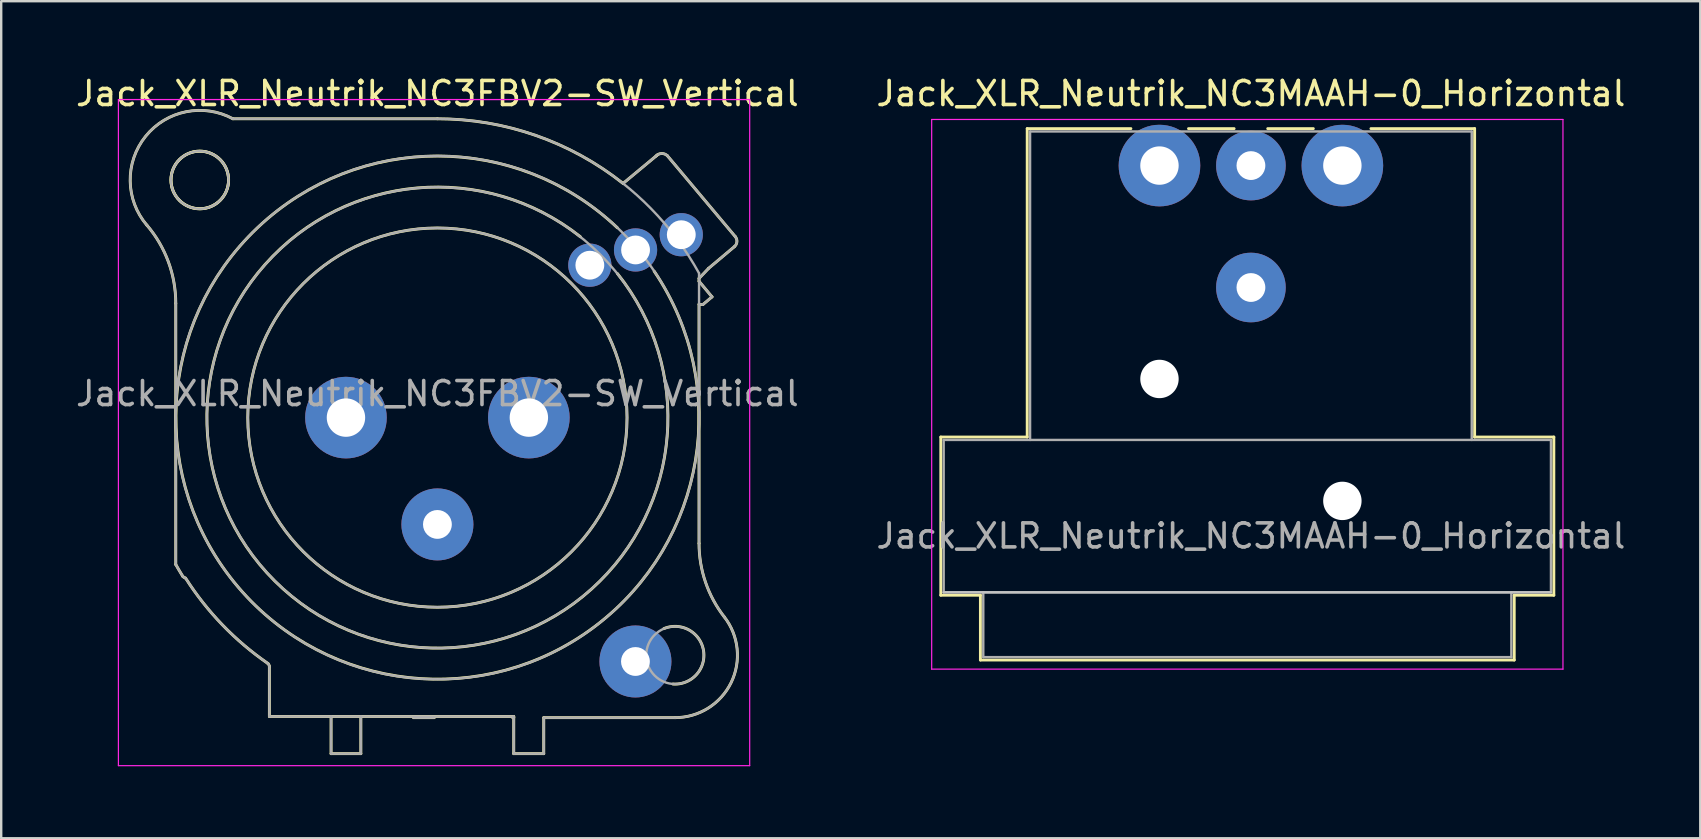
<source format=kicad_pcb>
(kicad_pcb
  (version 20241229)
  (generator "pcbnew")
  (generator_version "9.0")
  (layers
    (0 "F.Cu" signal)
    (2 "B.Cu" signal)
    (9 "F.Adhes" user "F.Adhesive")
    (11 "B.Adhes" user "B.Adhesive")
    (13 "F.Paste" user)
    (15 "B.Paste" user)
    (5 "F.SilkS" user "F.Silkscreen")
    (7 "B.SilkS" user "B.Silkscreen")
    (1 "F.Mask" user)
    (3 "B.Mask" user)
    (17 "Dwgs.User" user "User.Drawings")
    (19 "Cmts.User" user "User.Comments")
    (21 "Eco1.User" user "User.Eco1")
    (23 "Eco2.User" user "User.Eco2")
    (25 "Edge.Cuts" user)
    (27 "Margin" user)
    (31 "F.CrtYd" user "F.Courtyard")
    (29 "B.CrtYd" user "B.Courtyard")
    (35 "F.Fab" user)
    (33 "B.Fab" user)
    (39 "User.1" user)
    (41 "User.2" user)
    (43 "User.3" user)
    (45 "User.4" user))
  (footprint "Jack_XLR_Neutrik_NC3FBV2-SW_Vertical"
    (layer "F.Cu")
    (at 18.983 14.348)
    (property "Reference" "Jack_XLR_Neutrik_NC3FBV2-SW_Vertical" (at -3.81 -13.5 0) (layer "F.SilkS") (effects (font (size 1 1) (thickness 0.15))))
    (attr through_hole)
    (fp_line (start -14.71 -4.76) (end -14.71 6.12) (stroke (width 0.12) (type solid)) (layer "F.SilkS"))
    (fp_line (start -10.81 10.37) (end -10.81 12.45) (stroke (width 0.12) (type solid)) (layer "F.SilkS"))
    (fp_line (start -10.81 12.45) (end -0.63 12.45) (stroke (width 0.12) (type solid)) (layer "F.SilkS"))
    (fp_line (start -8.24 12.45) (end -8.24 14) (stroke (width 0.12) (type solid)) (layer "F.SilkS"))
    (fp_line (start -7 14) (end -8.24 14) (stroke (width 0.12) (type solid)) (layer "F.SilkS"))
    (fp_line (start -7 14) (end -7 12.45) (stroke (width 0.12) (type solid)) (layer "F.SilkS"))
    (fp_line (start -4.81 12.5) (end -3.94 12.5) (stroke (width 0.12) (type solid)) (layer "F.SilkS"))
    (fp_line (start -3.81 -12.45) (end -12.33 -12.45) (stroke (width 0.12) (type solid)) (layer "F.SilkS"))
    (fp_line (start -0.63 12.5) (end -0.675 12.5) (stroke (width 0.12) (type solid)) (layer "F.SilkS"))
    (fp_line (start -0.63 12.5) (end -0.63 12.45) (stroke (width 0.12) (type solid)) (layer "F.SilkS"))
    (fp_line (start -0.63 12.5) (end -0.63 14) (stroke (width 0.12) (type solid)) (layer "F.SilkS"))
    (fp_line (start 0.62 12.5) (end 6.09 12.5) (stroke (width 0.12) (type solid)) (layer "F.SilkS"))
    (fp_line (start 0.62 14) (end -0.63 14) (stroke (width 0.12) (type solid)) (layer "F.SilkS"))
    (fp_line (start 0.62 14) (end 0.62 12.5) (stroke (width 0.12) (type solid)) (layer "F.SilkS"))
    (fp_line (start 3.93 -9.76) (end 5.35 -10.94) (stroke (width 0.12) (type solid)) (layer "F.SilkS"))
    (fp_line (start 5.77 -10.91) (end 8.6 -7.54) (stroke (width 0.12) (type solid)) (layer "F.SilkS"))
    (fp_line (start 7.09 -5.68) (end 7.09 -5.8) (stroke (width 0.12) (type solid)) (layer "F.SilkS"))
    (fp_line (start 7.09 -5.68) (end 7.63 -5.03) (stroke (width 0.12) (type solid)) (layer "F.SilkS"))
    (fp_line (start 7.09 -4.72) (end 7.25 -4.71) (stroke (width 0.12) (type solid)) (layer "F.SilkS"))
    (fp_line (start 7.09 5.24) (end 7.09 -4.72) (stroke (width 0.12) (type solid)) (layer "F.SilkS"))
    (fp_line (start 7.49 -6.22) (end 7.09 -5.8) (stroke (width 0.12) (type solid)) (layer "F.SilkS"))
    (fp_line (start 7.63 -5.03) (end 7.25 -4.71) (stroke (width 0.12) (type solid)) (layer "F.SilkS"))
    (fp_line (start 8.56 -7.12) (end 7.49 -6.22) (stroke (width 0.12) (type solid)) (layer "F.SilkS"))
    (fp_arc (start -15.916051 -8.020379) (mid -15.021177 -6.498148) (end -14.71 -4.76) (stroke (width 0.12) (type solid)) (layer "F.SilkS"))
    (fp_arc (start -15.912179 -8.013918) (mid -15.965815 -11.721592) (end -12.33 -12.45) (stroke (width 0.12) (type solid)) (layer "F.SilkS"))
    (fp_arc (start -14.421158 6.608156) (mid -14.568348 6.365716) (end -14.71 6.12) (stroke (width 0.12) (type solid)) (layer "F.SilkS"))
    (fp_arc (start -14.305433 6.684771) (mid -14.369308 6.657486) (end -14.42 6.61) (stroke (width 0.12) (type solid)) (layer "F.SilkS"))
    (fp_arc (start -10.872947 10.242974) (mid -10.829902 10.300753) (end -10.81 10.37) (stroke (width 0.12) (type solid)) (layer "F.SilkS"))
    (fp_arc (start -10.869996 10.244641) (mid -12.763182 8.639256) (end -14.3 6.69) (stroke (width 0.12) (type solid)) (layer "F.SilkS"))
    (fp_arc (start -3.813831 -12.449537) (mid 0.28062 -11.758308) (end 3.92 -9.759) (stroke (width 0.12) (type solid)) (layer "F.SilkS"))
    (fp_arc (start 3.69 -6) (mid -10.58257 6.810455) (end 2.148069 -7.533353) (stroke (width 0.12) (type solid)) (layer "F.SilkS"))
    (fp_arc (start 5.22 -6.1) (mid -12.122241 7.046812) (end 3.685671 -7.909855) (stroke (width 0.12) (type solid)) (layer "F.SilkS"))
    (fp_arc (start 5.3 -10.9) (mid 5.532929 -11.00234) (end 5.77 -10.91) (stroke (width 0.12) (type solid)) (layer "F.SilkS"))
    (fp_arc (start 5.625402 8.789933) (mid 7.277854 9.707379) (end 6 11.1) (stroke (width 0.12) (type solid)) (layer "F.SilkS"))
    (fp_arc (start 8.141619 8.302858) (mid 8.42587 11.041804) (end 6.09 12.5) (stroke (width 0.12) (type solid)) (layer "F.SilkS"))
    (fp_arc (start 8.14247 8.305283) (mid 7.360446 6.860467) (end 7.09 5.24) (stroke (width 0.12) (type solid)) (layer "F.SilkS"))
    (fp_arc (start 8.6 -7.54) (mid 8.666985 -7.321716) (end 8.56 -7.12) (stroke (width 0.12) (type solid)) (layer "F.SilkS"))
    (fp_circle (center -13.71 -9.9) (end -12.51 -9.9) (stroke (width 0.12) (type solid)) (fill no) (layer "F.SilkS"))
    (fp_circle (center -13.71 -9.9) (end -12.51 -9.9) (stroke (width 0.12) (type solid)) (fill no) (layer "F.SilkS"))
    (fp_circle (center -3.81 0) (end 4.09 0) (stroke (width 0.12) (type solid)) (fill no) (layer "F.SilkS"))
    (fp_line (start -17.1 -13.25) (end 9.2 -13.25) (stroke (width 0.05) (type solid)) (layer "F.CrtYd"))
    (fp_line (start -17.1 14.5) (end -17.1 -13.25) (stroke (width 0.05) (type solid)) (layer "F.CrtYd"))
    (fp_line (start 9.2 -13.25) (end 9.2 14.5) (stroke (width 0.05) (type solid)) (layer "F.CrtYd"))
    (fp_line (start 9.2 14.5) (end -17.1 14.5) (stroke (width 0.05) (type solid)) (layer "F.CrtYd"))
    (fp_line (start -14.71 -4.76) (end -14.71 6.12) (stroke (width 0.1) (type solid)) (layer "F.Fab"))
    (fp_line (start -10.81 10.37) (end -10.81 12.45) (stroke (width 0.1) (type solid)) (layer "F.Fab"))
    (fp_line (start -10.81 12.45) (end -0.63 12.45) (stroke (width 0.1) (type solid)) (layer "F.Fab"))
    (fp_line (start -8.24 12.45) (end -8.24 14) (stroke (width 0.1) (type solid)) (layer "F.Fab"))
    (fp_line (start -7 14) (end -8.24 14) (stroke (width 0.1) (type solid)) (layer "F.Fab"))
    (fp_line (start -7 14) (end -7 12.45) (stroke (width 0.1) (type solid)) (layer "F.Fab"))
    (fp_line (start -4.81 12.5) (end -3.94 12.5) (stroke (width 0.1) (type solid)) (layer "F.Fab"))
    (fp_line (start -3.81 -12.45) (end -12.33 -12.45) (stroke (width 0.1) (type solid)) (layer "F.Fab"))
    (fp_line (start -0.63 12.5) (end -0.675 12.5) (stroke (width 0.1) (type solid)) (layer "F.Fab"))
    (fp_line (start -0.63 12.5) (end -0.63 12.45) (stroke (width 0.1) (type solid)) (layer "F.Fab"))
    (fp_line (start -0.63 12.5) (end -0.63 14) (stroke (width 0.1) (type solid)) (layer "F.Fab"))
    (fp_line (start 0.62 12.5) (end 6.09 12.5) (stroke (width 0.1) (type solid)) (layer "F.Fab"))
    (fp_line (start 0.62 14) (end -0.63 14) (stroke (width 0.1) (type solid)) (layer "F.Fab"))
    (fp_line (start 0.62 14) (end 0.62 12.5) (stroke (width 0.1) (type solid)) (layer "F.Fab"))
    (fp_line (start 3.93 -9.76) (end 5.3 -10.9) (stroke (width 0.1) (type solid)) (layer "F.Fab"))
    (fp_line (start 5.77 -10.91) (end 8.6 -7.54) (stroke (width 0.1) (type solid)) (layer "F.Fab"))
    (fp_line (start 7.09 -5.68) (end 7.63 -5.03) (stroke (width 0.1) (type solid)) (layer "F.Fab"))
    (fp_line (start 7.09 -4.72) (end 7.25 -4.71) (stroke (width 0.1) (type solid)) (layer "F.Fab"))
    (fp_line (start 7.09 5.24) (end 7.09 -6.015) (stroke (width 0.1) (type solid)) (layer "F.Fab"))
    (fp_line (start 7.49 -6.22) (end 7.09 -5.8) (stroke (width 0.1) (type solid)) (layer "F.Fab"))
    (fp_line (start 7.63 -5.03) (end 7.25 -4.71) (stroke (width 0.1) (type solid)) (layer "F.Fab"))
    (fp_line (start 8.56 -7.12) (end 7.49 -6.22) (stroke (width 0.1) (type solid)) (layer "F.Fab"))
    (fp_arc (start -15.916051 -8.020379) (mid -15.021177 -6.498148) (end -14.71 -4.76) (stroke (width 0.1) (type solid)) (layer "F.Fab"))
    (fp_arc (start -15.912179 -8.013918) (mid -15.965815 -11.721592) (end -12.33 -12.45) (stroke (width 0.1) (type solid)) (layer "F.Fab"))
    (fp_arc (start -14.421158 6.608156) (mid -14.568348 6.365716) (end -14.71 6.12) (stroke (width 0.1) (type solid)) (layer "F.Fab"))
    (fp_arc (start -14.305433 6.684771) (mid -14.369308 6.657486) (end -14.42 6.61) (stroke (width 0.1) (type solid)) (layer "F.Fab"))
    (fp_arc (start -10.872947 10.242974) (mid -10.829902 10.300753) (end -10.81 10.37) (stroke (width 0.1) (type solid)) (layer "F.Fab"))
    (fp_arc (start -10.869996 10.244641) (mid -12.763182 8.639256) (end -14.3 6.69) (stroke (width 0.1) (type solid)) (layer "F.Fab"))
    (fp_arc (start -3.808141 -12.449507) (mid 2.519562 -10.720395) (end 7.09 -6.015) (stroke (width 0.1) (type solid)) (layer "F.Fab"))
    (fp_arc (start 5.3 -10.9) (mid 5.532929 -11.00234) (end 5.77 -10.91) (stroke (width 0.1) (type solid)) (layer "F.Fab"))
    (fp_arc (start 8.141619 8.302858) (mid 8.42587 11.041804) (end 6.09 12.5) (stroke (width 0.1) (type solid)) (layer "F.Fab"))
    (fp_arc (start 8.14247 8.305283) (mid 7.360446 6.860467) (end 7.09 5.24) (stroke (width 0.1) (type solid)) (layer "F.Fab"))
    (fp_arc (start 8.6 -7.54) (mid 8.666985 -7.321716) (end 8.56 -7.12) (stroke (width 0.1) (type solid)) (layer "F.Fab"))
    (fp_circle (center -13.71 -9.9) (end -12.51 -9.9) (stroke (width 0.1) (type solid)) (fill no) (layer "F.Fab"))
    (fp_circle (center -3.81 0) (end 4.09 0) (stroke (width 0.1) (type solid)) (fill no) (layer "F.Fab"))
    (fp_circle (center -3.81 0) (end 5.79 0) (stroke (width 0.1) (type solid)) (fill no) (layer "F.Fab"))
    (fp_circle (center -3.81 0) (end 7.09 0) (stroke (width 0.1) (type solid)) (fill no) (layer "F.Fab"))
    (fp_circle (center 6.09 9.9) (end 7.29 9.9) (stroke (width 0.1) (type solid)) (fill no) (layer "F.Fab"))
    (fp_text user "${REFERENCE}" (at -3.81 -1 0) (layer "F.Fab") (effects (font (size 1 1) (thickness 0.15))))
    (pad "1" thru_hole circle (at 0 0) (size 3.4 3.4) (drill 1.6) (layers "*.Cu" "*.Mask"))
    (pad "2" thru_hole circle (at -7.62 0) (size 3.4 3.4) (drill 1.6) (layers "*.Cu" "*.Mask"))
    (pad "3" thru_hole circle (at -3.81 4.45) (size 3 3) (drill 1.2) (layers "*.Cu" "*.Mask"))
    (pad "G" thru_hole circle (at 4.44 10.16) (size 3 3) (drill 1.2) (layers "*.Cu" "*.Mask"))
    (pad "N" thru_hole circle (at 4.445 -6.985) (size 1.8 1.8) (drill 1.2) (layers "*.Cu" "*.Mask"))
    (pad "NC" thru_hole circle (at 2.54 -6.35) (size 1.8 1.8) (drill 1.2) (layers "*.Cu" "*.Mask"))
    (pad "NO" thru_hole circle (at 6.35 -7.62) (size 1.8 1.8) (drill 1.2) (layers "*.Cu" "*.Mask")))
  (footprint "Jack_XLR_Neutrik_NC3MAAH-0_Horizontal"
    (layer "F.Cu")
    (at 45.255 3.848)
    (property "Reference" "Jack_XLR_Neutrik_NC3MAAH-0_Horizontal" (at 3.81 -3 0) (layer "F.SilkS") (effects (font (size 1 1) (thickness 0.15))))
    (attr through_hole)
    (fp_line (start -9.11 11.31) (end -5.51 11.31) (stroke (width 0.12) (type solid)) (layer "F.SilkS"))
    (fp_line (start -9.11 17.9) (end -9.11 11.31) (stroke (width 0.12) (type solid)) (layer "F.SilkS"))
    (fp_line (start -7.46 17.9) (end -9.11 17.9) (stroke (width 0.12) (type solid)) (layer "F.SilkS"))
    (fp_line (start -7.46 17.9) (end -7.46 20.6) (stroke (width 0.12) (type solid)) (layer "F.SilkS"))
    (fp_line (start -5.51 11.31) (end -5.51 -1.54) (stroke (width 0.12) (type solid)) (layer "F.SilkS"))
    (fp_line (start -1.19 -1.54) (end -5.51 -1.54) (stroke (width 0.12) (type solid)) (layer "F.SilkS"))
    (fp_line (start 3.11 -1.54) (end 1.21 -1.54) (stroke (width 0.12) (type solid)) (layer "F.SilkS"))
    (fp_line (start 4.51 -1.54) (end 6.41 -1.54) (stroke (width 0.12) (type solid)) (layer "F.SilkS"))
    (fp_line (start 13.13 -1.54) (end 8.81 -1.54) (stroke (width 0.12) (type solid)) (layer "F.SilkS"))
    (fp_line (start 13.13 11.31) (end 13.13 -1.54) (stroke (width 0.12) (type solid)) (layer "F.SilkS"))
    (fp_line (start 13.13 11.31) (end 16.43 11.31) (stroke (width 0.12) (type solid)) (layer "F.SilkS"))
    (fp_line (start 14.78 17.9) (end 14.78 20.6) (stroke (width 0.12) (type solid)) (layer "F.SilkS"))
    (fp_line (start 14.78 20.6) (end -7.46 20.6) (stroke (width 0.12) (type solid)) (layer "F.SilkS"))
    (fp_line (start 16.43 17.9) (end 14.78 17.9) (stroke (width 0.12) (type solid)) (layer "F.SilkS"))
    (fp_line (start 16.43 17.9) (end 16.43 11.31) (stroke (width 0.12) (type solid)) (layer "F.SilkS"))
    (fp_line (start 16.31 17.78) (end -8.99 17.78) (stroke (width 0.1) (type solid)) (layer "Dwgs.User"))
    (fp_line (start -9.49 20.98) (end -9.49 -1.92) (stroke (width 0.05) (type solid)) (layer "F.CrtYd"))
    (fp_line (start 16.81 -1.92) (end -9.49 -1.92) (stroke (width 0.05) (type solid)) (layer "F.CrtYd"))
    (fp_line (start 16.81 20.98) (end -9.49 20.98) (stroke (width 0.05) (type solid)) (layer "F.CrtYd"))
    (fp_line (start 16.81 20.98) (end 16.81 -1.92) (stroke (width 0.05) (type solid)) (layer "F.CrtYd"))
    (fp_line (start -8.99 11.43) (end 16.31 11.43) (stroke (width 0.1) (type solid)) (layer "F.Fab"))
    (fp_line (start -8.99 17.78) (end -8.99 11.43) (stroke (width 0.1) (type solid)) (layer "F.Fab"))
    (fp_line (start -7.34 20.48) (end -7.34 17.78) (stroke (width 0.1) (type solid)) (layer "F.Fab"))
    (fp_line (start -5.39 -1.42) (end -5.39 11.43) (stroke (width 0.1) (type solid)) (layer "F.Fab"))
    (fp_line (start 13.01 -1.42) (end -5.39 -1.42) (stroke (width 0.1) (type solid)) (layer "F.Fab"))
    (fp_line (start 13.01 11.43) (end 13.01 -1.42) (stroke (width 0.1) (type solid)) (layer "F.Fab"))
    (fp_line (start 14.66 17.78) (end 14.66 20.48) (stroke (width 0.1) (type solid)) (layer "F.Fab"))
    (fp_line (start 14.66 20.48) (end -7.34 20.48) (stroke (width 0.1) (type solid)) (layer "F.Fab"))
    (fp_line (start 16.31 11.43) (end 16.31 17.78) (stroke (width 0.1) (type solid)) (layer "F.Fab"))
    (fp_line (start 16.31 17.78) (end -8.99 17.78) (stroke (width 0.1) (type solid)) (layer "F.Fab"))
    (fp_text user "${REFERENCE}" (at 3.81 15.43 0) (layer "F.Fab") (effects (font (size 1 1) (thickness 0.15))))
    (pad "" np_thru_hole circle (at 0 8.89) (size 1.6 1.6) (drill 1.6) (layers "*.Cu" "*.Mask"))
    (pad "" np_thru_hole circle (at 7.62 13.97) (size 1.6 1.6) (drill 1.6) (layers "*.Cu" "*.Mask"))
    (pad "1" thru_hole circle (at 0 0) (size 3.4 3.4) (drill 1.6) (layers "*.Cu" "*.Mask"))
    (pad "2" thru_hole circle (at 7.62 0) (size 3.4 3.4) (drill 1.6) (layers "*.Cu" "*.Mask"))
    (pad "3" thru_hole circle (at 3.81 0) (size 2.9 2.9) (drill 1.2) (layers "*.Cu" "*.Mask"))
    (pad "G" thru_hole circle (at 3.81 5.08) (size 2.9 2.9) (drill 1.2) (layers "*.Cu" "*.Mask")))
  (gr_rect
    (start -3 -3)
    (end 67.786 31.873)
    (stroke (width 0.1) (type default))
    (fill no)
    (layer "Edge.Cuts")))
</source>
